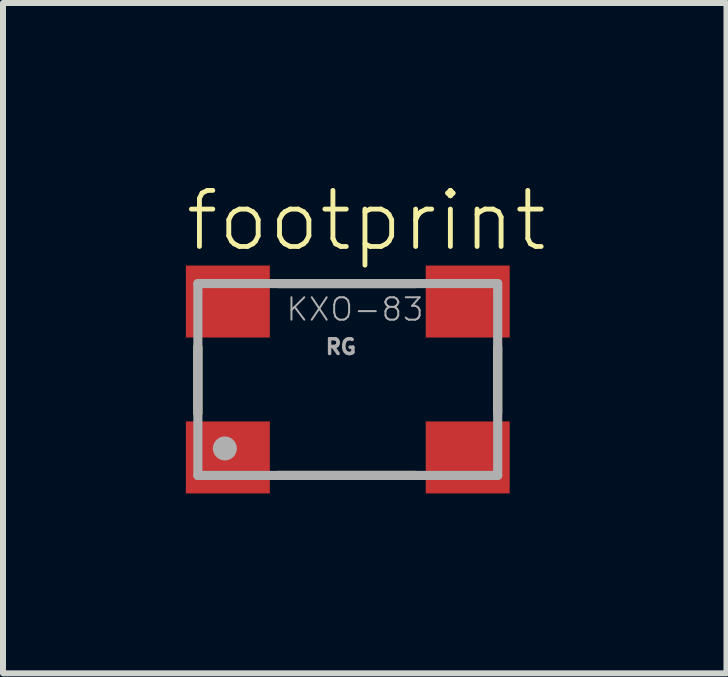
<source format=kicad_pcb>
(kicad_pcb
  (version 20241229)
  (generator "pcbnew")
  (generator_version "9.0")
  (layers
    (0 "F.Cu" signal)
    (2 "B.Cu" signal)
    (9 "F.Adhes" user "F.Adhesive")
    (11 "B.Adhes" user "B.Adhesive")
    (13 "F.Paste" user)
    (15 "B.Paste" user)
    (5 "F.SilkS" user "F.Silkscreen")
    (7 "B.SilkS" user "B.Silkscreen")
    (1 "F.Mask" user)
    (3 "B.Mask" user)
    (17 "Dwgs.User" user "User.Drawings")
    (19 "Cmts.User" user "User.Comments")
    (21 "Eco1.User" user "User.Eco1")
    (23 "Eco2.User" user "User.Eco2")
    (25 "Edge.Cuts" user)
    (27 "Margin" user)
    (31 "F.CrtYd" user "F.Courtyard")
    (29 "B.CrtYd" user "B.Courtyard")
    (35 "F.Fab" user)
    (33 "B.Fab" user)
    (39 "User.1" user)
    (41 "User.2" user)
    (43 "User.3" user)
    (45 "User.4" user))
  (footprint "footprint"
    (layer "F.Cu")
    (at 2.75 3.279)
    (property "Reference" "footprint" (at -2.75 -2.1 0) (layer "F.SilkS") (effects (font (size 0.935 0.935) (thickness 0.081)) (justify left bottom)))
    (fp_line (start -2.5 0.56) (end -2.5 -0.54) (stroke (width 0.152) (type solid)) (layer "F.SilkS"))
    (fp_line (start -1.16 -1.6) (end 1.14 -1.6) (stroke (width 0.152) (type solid)) (layer "F.SilkS"))
    (fp_line (start -1.16 1.6) (end 1.14 1.6) (stroke (width 0.152) (type solid)) (layer "F.SilkS"))
    (fp_line (start 2.5 0.56) (end 2.5 -0.54) (stroke (width 0.152) (type solid)) (layer "F.SilkS"))
    (fp_line (start -2.5 -1.6) (end -2.5 1.6) (stroke (width 0.152) (type solid)) (layer "F.Fab"))
    (fp_line (start -2.5 1.6) (end 2.5 1.6) (stroke (width 0.152) (type solid)) (layer "F.Fab"))
    (fp_line (start 2.5 -1.6) (end -2.5 -1.6) (stroke (width 0.152) (type solid)) (layer "F.Fab"))
    (fp_line (start 2.5 1.6) (end 2.5 -1.6) (stroke (width 0.152) (type solid)) (layer "F.Fab"))
    (fp_circle (center -2.05 1.15) (end -1.95 1.15) (stroke (width 0.2) (type solid)) (fill no) (layer "F.Fab"))
    (fp_text user "RG" (at -0.4 -0.4 0) (layer "F.Fab") (effects (font (size 0.247 0.247) (thickness 0.058)) (justify left bottom)))
    (fp_text user "KXO-83" (at -1.05 -0.95 0) (layer "F.Fab") (effects (font (size 0.374 0.374) (thickness 0.033)) (justify left bottom)))
    (pad "1" smd rect (at -2 1.3) (size 1.4 1.2) (layers "F.Cu" "F.Mask" "F.Paste"))
    (pad "2" smd rect (at 2 1.3) (size 1.4 1.2) (layers "F.Cu" "F.Mask" "F.Paste"))
    (pad "3" smd rect (at 2 -1.3) (size 1.4 1.2) (layers "F.Cu" "F.Mask" "F.Paste"))
    (pad "4" smd rect (at -2 -1.3) (size 1.4 1.2) (layers "F.Cu" "F.Mask" "F.Paste")))
  (gr_rect
    (start -3 -3)
    (end 9.066 8.179)
    (stroke (width 0.1) (type default))
    (fill no)
    (layer "Edge.Cuts")))
</source>
